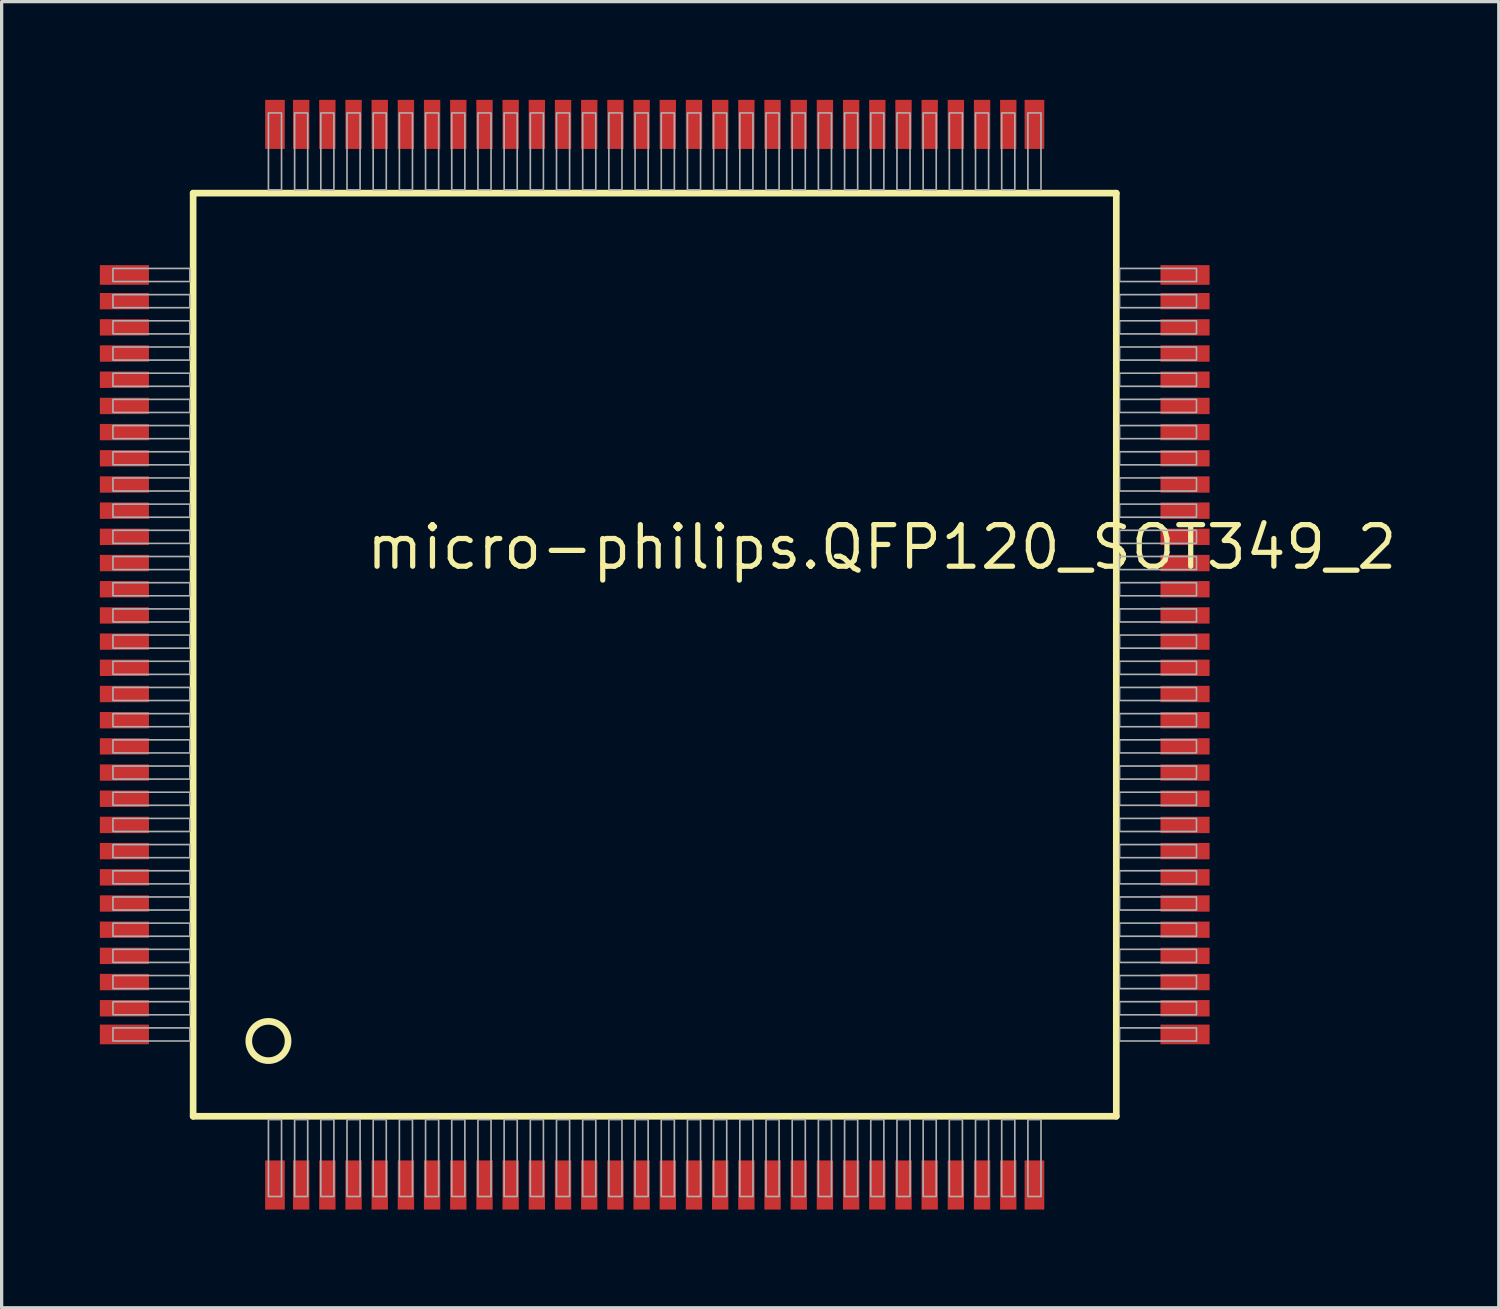
<source format=kicad_pcb>
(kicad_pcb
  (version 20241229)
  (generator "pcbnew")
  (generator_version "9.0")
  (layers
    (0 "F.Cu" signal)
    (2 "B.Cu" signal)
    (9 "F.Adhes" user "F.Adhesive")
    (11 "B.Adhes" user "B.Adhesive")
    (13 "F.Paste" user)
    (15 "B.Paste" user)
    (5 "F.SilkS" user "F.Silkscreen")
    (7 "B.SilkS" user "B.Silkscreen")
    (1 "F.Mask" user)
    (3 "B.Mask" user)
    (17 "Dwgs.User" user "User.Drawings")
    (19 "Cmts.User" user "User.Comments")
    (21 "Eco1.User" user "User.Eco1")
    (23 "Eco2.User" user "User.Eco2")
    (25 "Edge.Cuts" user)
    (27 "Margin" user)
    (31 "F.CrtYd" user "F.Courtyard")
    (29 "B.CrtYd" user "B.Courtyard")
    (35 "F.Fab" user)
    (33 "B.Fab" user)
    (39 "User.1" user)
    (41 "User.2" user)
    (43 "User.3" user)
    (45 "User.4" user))
  (footprint "micro-philips.QFP120_SOT349_2"
    (layer "F.Cu")
    (at 16.95 16.95)
    (property "Reference" "micro-philips.QFP120_SOT349_2" (at -8.89 -2.54 0) (layer "F.SilkS") (effects (font (size 1.27 1.27) (thickness 0.16)) (justify left bottom)))
    (attr smd)
    (fp_line (start -14.1 -14.1) (end 14.1 -14.1) (stroke (width 0.203) (type default)) (layer "F.SilkS"))
    (fp_line (start -14.1 14.1) (end -14.1 -14.1) (stroke (width 0.203) (type default)) (layer "F.SilkS"))
    (fp_line (start 14.1 -14.1) (end 14.1 14.1) (stroke (width 0.203) (type default)) (layer "F.SilkS"))
    (fp_line (start 14.1 14.1) (end -14.1 14.1) (stroke (width 0.203) (type default)) (layer "F.SilkS"))
    (fp_circle (center -11.8 11.8) (end -11.2 11.8) (stroke (width 0.203) (type default)) (fill no) (layer "F.SilkS"))
    (fp_rect (start -16.55 -11.4) (end -14.2 -11.8) (stroke (width 0.05) (type default)) (fill no) (layer "F.Fab"))
    (fp_rect (start -16.55 -10.6) (end -14.2 -11) (stroke (width 0.05) (type default)) (fill no) (layer "F.Fab"))
    (fp_rect (start -16.55 -9.8) (end -14.2 -10.2) (stroke (width 0.05) (type default)) (fill no) (layer "F.Fab"))
    (fp_rect (start -16.55 -9) (end -14.2 -9.4) (stroke (width 0.05) (type default)) (fill no) (layer "F.Fab"))
    (fp_rect (start -16.55 -8.2) (end -14.2 -8.6) (stroke (width 0.05) (type default)) (fill no) (layer "F.Fab"))
    (fp_rect (start -16.55 -7.4) (end -14.2 -7.8) (stroke (width 0.05) (type default)) (fill no) (layer "F.Fab"))
    (fp_rect (start -16.55 -6.6) (end -14.2 -7) (stroke (width 0.05) (type default)) (fill no) (layer "F.Fab"))
    (fp_rect (start -16.55 -5.8) (end -14.2 -6.2) (stroke (width 0.05) (type default)) (fill no) (layer "F.Fab"))
    (fp_rect (start -16.55 -5) (end -14.2 -5.4) (stroke (width 0.05) (type default)) (fill no) (layer "F.Fab"))
    (fp_rect (start -16.55 -4.2) (end -14.2 -4.6) (stroke (width 0.05) (type default)) (fill no) (layer "F.Fab"))
    (fp_rect (start -16.55 -3.4) (end -14.2 -3.8) (stroke (width 0.05) (type default)) (fill no) (layer "F.Fab"))
    (fp_rect (start -16.55 -2.6) (end -14.2 -3) (stroke (width 0.05) (type default)) (fill no) (layer "F.Fab"))
    (fp_rect (start -16.55 -1.8) (end -14.2 -2.2) (stroke (width 0.05) (type default)) (fill no) (layer "F.Fab"))
    (fp_rect (start -16.55 -1) (end -14.2 -1.4) (stroke (width 0.05) (type default)) (fill no) (layer "F.Fab"))
    (fp_rect (start -16.55 -0.2) (end -14.2 -0.6) (stroke (width 0.05) (type default)) (fill no) (layer "F.Fab"))
    (fp_rect (start -16.55 0.6) (end -14.2 0.2) (stroke (width 0.05) (type default)) (fill no) (layer "F.Fab"))
    (fp_rect (start -16.55 1.4) (end -14.2 1) (stroke (width 0.05) (type default)) (fill no) (layer "F.Fab"))
    (fp_rect (start -16.55 2.2) (end -14.2 1.8) (stroke (width 0.05) (type default)) (fill no) (layer "F.Fab"))
    (fp_rect (start -16.55 3) (end -14.2 2.6) (stroke (width 0.05) (type default)) (fill no) (layer "F.Fab"))
    (fp_rect (start -16.55 3.8) (end -14.2 3.4) (stroke (width 0.05) (type default)) (fill no) (layer "F.Fab"))
    (fp_rect (start -16.55 4.6) (end -14.2 4.2) (stroke (width 0.05) (type default)) (fill no) (layer "F.Fab"))
    (fp_rect (start -16.55 5.4) (end -14.2 5) (stroke (width 0.05) (type default)) (fill no) (layer "F.Fab"))
    (fp_rect (start -16.55 6.2) (end -14.2 5.8) (stroke (width 0.05) (type default)) (fill no) (layer "F.Fab"))
    (fp_rect (start -16.55 7) (end -14.2 6.6) (stroke (width 0.05) (type default)) (fill no) (layer "F.Fab"))
    (fp_rect (start -16.55 7.8) (end -14.2 7.4) (stroke (width 0.05) (type default)) (fill no) (layer "F.Fab"))
    (fp_rect (start -16.55 8.6) (end -14.2 8.2) (stroke (width 0.05) (type default)) (fill no) (layer "F.Fab"))
    (fp_rect (start -16.55 9.4) (end -14.2 9) (stroke (width 0.05) (type default)) (fill no) (layer "F.Fab"))
    (fp_rect (start -16.55 10.2) (end -14.2 9.8) (stroke (width 0.05) (type default)) (fill no) (layer "F.Fab"))
    (fp_rect (start -16.55 11) (end -14.2 10.6) (stroke (width 0.05) (type default)) (fill no) (layer "F.Fab"))
    (fp_rect (start -16.55 11.8) (end -14.2 11.4) (stroke (width 0.05) (type default)) (fill no) (layer "F.Fab"))
    (fp_rect (start -11.8 -14.2) (end -11.4 -16.55) (stroke (width 0.05) (type default)) (fill no) (layer "F.Fab"))
    (fp_rect (start -11.8 16.55) (end -11.4 14.2) (stroke (width 0.05) (type default)) (fill no) (layer "F.Fab"))
    (fp_rect (start -11 -14.2) (end -10.6 -16.55) (stroke (width 0.05) (type default)) (fill no) (layer "F.Fab"))
    (fp_rect (start -11 16.55) (end -10.6 14.2) (stroke (width 0.05) (type default)) (fill no) (layer "F.Fab"))
    (fp_rect (start -10.2 -14.2) (end -9.8 -16.55) (stroke (width 0.05) (type default)) (fill no) (layer "F.Fab"))
    (fp_rect (start -10.2 16.55) (end -9.8 14.2) (stroke (width 0.05) (type default)) (fill no) (layer "F.Fab"))
    (fp_rect (start -9.4 -14.2) (end -9 -16.55) (stroke (width 0.05) (type default)) (fill no) (layer "F.Fab"))
    (fp_rect (start -9.4 16.55) (end -9 14.2) (stroke (width 0.05) (type default)) (fill no) (layer "F.Fab"))
    (fp_rect (start -8.6 -14.2) (end -8.2 -16.55) (stroke (width 0.05) (type default)) (fill no) (layer "F.Fab"))
    (fp_rect (start -8.6 16.55) (end -8.2 14.2) (stroke (width 0.05) (type default)) (fill no) (layer "F.Fab"))
    (fp_rect (start -7.8 -14.2) (end -7.4 -16.55) (stroke (width 0.05) (type default)) (fill no) (layer "F.Fab"))
    (fp_rect (start -7.8 16.55) (end -7.4 14.2) (stroke (width 0.05) (type default)) (fill no) (layer "F.Fab"))
    (fp_rect (start -7 -14.2) (end -6.6 -16.55) (stroke (width 0.05) (type default)) (fill no) (layer "F.Fab"))
    (fp_rect (start -7 16.55) (end -6.6 14.2) (stroke (width 0.05) (type default)) (fill no) (layer "F.Fab"))
    (fp_rect (start -6.2 -14.2) (end -5.8 -16.55) (stroke (width 0.05) (type default)) (fill no) (layer "F.Fab"))
    (fp_rect (start -6.2 16.55) (end -5.8 14.2) (stroke (width 0.05) (type default)) (fill no) (layer "F.Fab"))
    (fp_rect (start -5.4 -14.2) (end -5 -16.55) (stroke (width 0.05) (type default)) (fill no) (layer "F.Fab"))
    (fp_rect (start -5.4 16.55) (end -5 14.2) (stroke (width 0.05) (type default)) (fill no) (layer "F.Fab"))
    (fp_rect (start -4.6 -14.2) (end -4.2 -16.55) (stroke (width 0.05) (type default)) (fill no) (layer "F.Fab"))
    (fp_rect (start -4.6 16.55) (end -4.2 14.2) (stroke (width 0.05) (type default)) (fill no) (layer "F.Fab"))
    (fp_rect (start -3.8 -14.2) (end -3.4 -16.55) (stroke (width 0.05) (type default)) (fill no) (layer "F.Fab"))
    (fp_rect (start -3.8 16.55) (end -3.4 14.2) (stroke (width 0.05) (type default)) (fill no) (layer "F.Fab"))
    (fp_rect (start -3 -14.2) (end -2.6 -16.55) (stroke (width 0.05) (type default)) (fill no) (layer "F.Fab"))
    (fp_rect (start -3 16.55) (end -2.6 14.2) (stroke (width 0.05) (type default)) (fill no) (layer "F.Fab"))
    (fp_rect (start -2.2 -14.2) (end -1.8 -16.55) (stroke (width 0.05) (type default)) (fill no) (layer "F.Fab"))
    (fp_rect (start -2.2 16.55) (end -1.8 14.2) (stroke (width 0.05) (type default)) (fill no) (layer "F.Fab"))
    (fp_rect (start -1.4 -14.2) (end -1 -16.55) (stroke (width 0.05) (type default)) (fill no) (layer "F.Fab"))
    (fp_rect (start -1.4 16.55) (end -1 14.2) (stroke (width 0.05) (type default)) (fill no) (layer "F.Fab"))
    (fp_rect (start -0.6 -14.2) (end -0.2 -16.55) (stroke (width 0.05) (type default)) (fill no) (layer "F.Fab"))
    (fp_rect (start -0.6 16.55) (end -0.2 14.2) (stroke (width 0.05) (type default)) (fill no) (layer "F.Fab"))
    (fp_rect (start 0.2 -14.2) (end 0.6 -16.55) (stroke (width 0.05) (type default)) (fill no) (layer "F.Fab"))
    (fp_rect (start 0.2 16.55) (end 0.6 14.2) (stroke (width 0.05) (type default)) (fill no) (layer "F.Fab"))
    (fp_rect (start 1 -14.2) (end 1.4 -16.55) (stroke (width 0.05) (type default)) (fill no) (layer "F.Fab"))
    (fp_rect (start 1 16.55) (end 1.4 14.2) (stroke (width 0.05) (type default)) (fill no) (layer "F.Fab"))
    (fp_rect (start 1.8 -14.2) (end 2.2 -16.55) (stroke (width 0.05) (type default)) (fill no) (layer "F.Fab"))
    (fp_rect (start 1.8 16.55) (end 2.2 14.2) (stroke (width 0.05) (type default)) (fill no) (layer "F.Fab"))
    (fp_rect (start 2.6 -14.2) (end 3 -16.55) (stroke (width 0.05) (type default)) (fill no) (layer "F.Fab"))
    (fp_rect (start 2.6 16.55) (end 3 14.2) (stroke (width 0.05) (type default)) (fill no) (layer "F.Fab"))
    (fp_rect (start 3.4 -14.2) (end 3.8 -16.55) (stroke (width 0.05) (type default)) (fill no) (layer "F.Fab"))
    (fp_rect (start 3.4 16.55) (end 3.8 14.2) (stroke (width 0.05) (type default)) (fill no) (layer "F.Fab"))
    (fp_rect (start 4.2 -14.2) (end 4.6 -16.55) (stroke (width 0.05) (type default)) (fill no) (layer "F.Fab"))
    (fp_rect (start 4.2 16.55) (end 4.6 14.2) (stroke (width 0.05) (type default)) (fill no) (layer "F.Fab"))
    (fp_rect (start 5 -14.2) (end 5.4 -16.55) (stroke (width 0.05) (type default)) (fill no) (layer "F.Fab"))
    (fp_rect (start 5 16.55) (end 5.4 14.2) (stroke (width 0.05) (type default)) (fill no) (layer "F.Fab"))
    (fp_rect (start 5.8 -14.2) (end 6.2 -16.55) (stroke (width 0.05) (type default)) (fill no) (layer "F.Fab"))
    (fp_rect (start 5.8 16.55) (end 6.2 14.2) (stroke (width 0.05) (type default)) (fill no) (layer "F.Fab"))
    (fp_rect (start 6.6 -14.2) (end 7 -16.55) (stroke (width 0.05) (type default)) (fill no) (layer "F.Fab"))
    (fp_rect (start 6.6 16.55) (end 7 14.2) (stroke (width 0.05) (type default)) (fill no) (layer "F.Fab"))
    (fp_rect (start 7.4 -14.2) (end 7.8 -16.55) (stroke (width 0.05) (type default)) (fill no) (layer "F.Fab"))
    (fp_rect (start 7.4 16.55) (end 7.8 14.2) (stroke (width 0.05) (type default)) (fill no) (layer "F.Fab"))
    (fp_rect (start 8.2 -14.2) (end 8.6 -16.55) (stroke (width 0.05) (type default)) (fill no) (layer "F.Fab"))
    (fp_rect (start 8.2 16.55) (end 8.6 14.2) (stroke (width 0.05) (type default)) (fill no) (layer "F.Fab"))
    (fp_rect (start 9 -14.2) (end 9.4 -16.55) (stroke (width 0.05) (type default)) (fill no) (layer "F.Fab"))
    (fp_rect (start 9 16.55) (end 9.4 14.2) (stroke (width 0.05) (type default)) (fill no) (layer "F.Fab"))
    (fp_rect (start 9.8 -14.2) (end 10.2 -16.55) (stroke (width 0.05) (type default)) (fill no) (layer "F.Fab"))
    (fp_rect (start 9.8 16.55) (end 10.2 14.2) (stroke (width 0.05) (type default)) (fill no) (layer "F.Fab"))
    (fp_rect (start 10.6 -14.2) (end 11 -16.55) (stroke (width 0.05) (type default)) (fill no) (layer "F.Fab"))
    (fp_rect (start 10.6 16.55) (end 11 14.2) (stroke (width 0.05) (type default)) (fill no) (layer "F.Fab"))
    (fp_rect (start 11.4 -14.2) (end 11.8 -16.55) (stroke (width 0.05) (type default)) (fill no) (layer "F.Fab"))
    (fp_rect (start 11.4 16.55) (end 11.8 14.2) (stroke (width 0.05) (type default)) (fill no) (layer "F.Fab"))
    (fp_rect (start 14.2 -11.4) (end 16.55 -11.8) (stroke (width 0.05) (type default)) (fill no) (layer "F.Fab"))
    (fp_rect (start 14.2 -10.6) (end 16.55 -11) (stroke (width 0.05) (type default)) (fill no) (layer "F.Fab"))
    (fp_rect (start 14.2 -9.8) (end 16.55 -10.2) (stroke (width 0.05) (type default)) (fill no) (layer "F.Fab"))
    (fp_rect (start 14.2 -9) (end 16.55 -9.4) (stroke (width 0.05) (type default)) (fill no) (layer "F.Fab"))
    (fp_rect (start 14.2 -8.2) (end 16.55 -8.6) (stroke (width 0.05) (type default)) (fill no) (layer "F.Fab"))
    (fp_rect (start 14.2 -7.4) (end 16.55 -7.8) (stroke (width 0.05) (type default)) (fill no) (layer "F.Fab"))
    (fp_rect (start 14.2 -6.6) (end 16.55 -7) (stroke (width 0.05) (type default)) (fill no) (layer "F.Fab"))
    (fp_rect (start 14.2 -5.8) (end 16.55 -6.2) (stroke (width 0.05) (type default)) (fill no) (layer "F.Fab"))
    (fp_rect (start 14.2 -5) (end 16.55 -5.4) (stroke (width 0.05) (type default)) (fill no) (layer "F.Fab"))
    (fp_rect (start 14.2 -4.2) (end 16.55 -4.6) (stroke (width 0.05) (type default)) (fill no) (layer "F.Fab"))
    (fp_rect (start 14.2 -3.4) (end 16.55 -3.8) (stroke (width 0.05) (type default)) (fill no) (layer "F.Fab"))
    (fp_rect (start 14.2 -2.6) (end 16.55 -3) (stroke (width 0.05) (type default)) (fill no) (layer "F.Fab"))
    (fp_rect (start 14.2 -1.8) (end 16.55 -2.2) (stroke (width 0.05) (type default)) (fill no) (layer "F.Fab"))
    (fp_rect (start 14.2 -1) (end 16.55 -1.4) (stroke (width 0.05) (type default)) (fill no) (layer "F.Fab"))
    (fp_rect (start 14.2 -0.2) (end 16.55 -0.6) (stroke (width 0.05) (type default)) (fill no) (layer "F.Fab"))
    (fp_rect (start 14.2 0.6) (end 16.55 0.2) (stroke (width 0.05) (type default)) (fill no) (layer "F.Fab"))
    (fp_rect (start 14.2 1.4) (end 16.55 1) (stroke (width 0.05) (type default)) (fill no) (layer "F.Fab"))
    (fp_rect (start 14.2 2.2) (end 16.55 1.8) (stroke (width 0.05) (type default)) (fill no) (layer "F.Fab"))
    (fp_rect (start 14.2 3) (end 16.55 2.6) (stroke (width 0.05) (type default)) (fill no) (layer "F.Fab"))
    (fp_rect (start 14.2 3.8) (end 16.55 3.4) (stroke (width 0.05) (type default)) (fill no) (layer "F.Fab"))
    (fp_rect (start 14.2 4.6) (end 16.55 4.2) (stroke (width 0.05) (type default)) (fill no) (layer "F.Fab"))
    (fp_rect (start 14.2 5.4) (end 16.55 5) (stroke (width 0.05) (type default)) (fill no) (layer "F.Fab"))
    (fp_rect (start 14.2 6.2) (end 16.55 5.8) (stroke (width 0.05) (type default)) (fill no) (layer "F.Fab"))
    (fp_rect (start 14.2 7) (end 16.55 6.6) (stroke (width 0.05) (type default)) (fill no) (layer "F.Fab"))
    (fp_rect (start 14.2 7.8) (end 16.55 7.4) (stroke (width 0.05) (type default)) (fill no) (layer "F.Fab"))
    (fp_rect (start 14.2 8.6) (end 16.55 8.2) (stroke (width 0.05) (type default)) (fill no) (layer "F.Fab"))
    (fp_rect (start 14.2 9.4) (end 16.55 9) (stroke (width 0.05) (type default)) (fill no) (layer "F.Fab"))
    (fp_rect (start 14.2 10.2) (end 16.55 9.8) (stroke (width 0.05) (type default)) (fill no) (layer "F.Fab"))
    (fp_rect (start 14.2 11) (end 16.55 10.6) (stroke (width 0.05) (type default)) (fill no) (layer "F.Fab"))
    (fp_rect (start 14.2 11.8) (end 16.55 11.4) (stroke (width 0.05) (type default)) (fill no) (layer "F.Fab"))
    (pad "1" smd roundrect (at -11.6 16.2) (size 0.6 1.5) (layers "F.Cu" "F.Mask" "F.Paste") (roundrect_rratio 0.01))
    (pad "2" smd roundrect (at -10.8 16.2) (size 0.5 1.5) (layers "F.Cu" "F.Mask" "F.Paste") (roundrect_rratio 0.01))
    (pad "3" smd roundrect (at -10 16.2) (size 0.5 1.5) (layers "F.Cu" "F.Mask" "F.Paste") (roundrect_rratio 0.01))
    (pad "4" smd roundrect (at -9.2 16.2) (size 0.5 1.5) (layers "F.Cu" "F.Mask" "F.Paste") (roundrect_rratio 0.01))
    (pad "5" smd roundrect (at -8.4 16.2) (size 0.5 1.5) (layers "F.Cu" "F.Mask" "F.Paste") (roundrect_rratio 0.01))
    (pad "6" smd roundrect (at -7.6 16.2) (size 0.5 1.5) (layers "F.Cu" "F.Mask" "F.Paste") (roundrect_rratio 0.01))
    (pad "7" smd roundrect (at -6.8 16.2) (size 0.5 1.5) (layers "F.Cu" "F.Mask" "F.Paste") (roundrect_rratio 0.01))
    (pad "8" smd roundrect (at -6 16.2) (size 0.5 1.5) (layers "F.Cu" "F.Mask" "F.Paste") (roundrect_rratio 0.01))
    (pad "9" smd roundrect (at -5.2 16.2) (size 0.5 1.5) (layers "F.Cu" "F.Mask" "F.Paste") (roundrect_rratio 0.01))
    (pad "10" smd roundrect (at -4.4 16.2) (size 0.5 1.5) (layers "F.Cu" "F.Mask" "F.Paste") (roundrect_rratio 0.01))
    (pad "11" smd roundrect (at -3.6 16.2) (size 0.5 1.5) (layers "F.Cu" "F.Mask" "F.Paste") (roundrect_rratio 0.01))
    (pad "12" smd roundrect (at -2.8 16.2) (size 0.5 1.5) (layers "F.Cu" "F.Mask" "F.Paste") (roundrect_rratio 0.01))
    (pad "13" smd roundrect (at -2 16.2) (size 0.5 1.5) (layers "F.Cu" "F.Mask" "F.Paste") (roundrect_rratio 0.01))
    (pad "14" smd roundrect (at -1.2 16.2) (size 0.5 1.5) (layers "F.Cu" "F.Mask" "F.Paste") (roundrect_rratio 0.01))
    (pad "15" smd roundrect (at -0.4 16.2) (size 0.5 1.5) (layers "F.Cu" "F.Mask" "F.Paste") (roundrect_rratio 0.01))
    (pad "16" smd roundrect (at 0.4 16.2) (size 0.5 1.5) (layers "F.Cu" "F.Mask" "F.Paste") (roundrect_rratio 0.01))
    (pad "17" smd roundrect (at 1.2 16.2) (size 0.5 1.5) (layers "F.Cu" "F.Mask" "F.Paste") (roundrect_rratio 0.01))
    (pad "18" smd roundrect (at 2 16.2) (size 0.5 1.5) (layers "F.Cu" "F.Mask" "F.Paste") (roundrect_rratio 0.01))
    (pad "19" smd roundrect (at 2.8 16.2) (size 0.5 1.5) (layers "F.Cu" "F.Mask" "F.Paste") (roundrect_rratio 0.01))
    (pad "20" smd roundrect (at 3.6 16.2) (size 0.5 1.5) (layers "F.Cu" "F.Mask" "F.Paste") (roundrect_rratio 0.01))
    (pad "21" smd roundrect (at 4.4 16.2) (size 0.5 1.5) (layers "F.Cu" "F.Mask" "F.Paste") (roundrect_rratio 0.01))
    (pad "22" smd roundrect (at 5.2 16.2) (size 0.5 1.5) (layers "F.Cu" "F.Mask" "F.Paste") (roundrect_rratio 0.01))
    (pad "23" smd roundrect (at 6 16.2) (size 0.5 1.5) (layers "F.Cu" "F.Mask" "F.Paste") (roundrect_rratio 0.01))
    (pad "24" smd roundrect (at 6.8 16.2) (size 0.5 1.5) (layers "F.Cu" "F.Mask" "F.Paste") (roundrect_rratio 0.01))
    (pad "25" smd roundrect (at 7.6 16.2) (size 0.5 1.5) (layers "F.Cu" "F.Mask" "F.Paste") (roundrect_rratio 0.01))
    (pad "26" smd roundrect (at 8.4 16.2) (size 0.5 1.5) (layers "F.Cu" "F.Mask" "F.Paste") (roundrect_rratio 0.01))
    (pad "27" smd roundrect (at 9.2 16.2) (size 0.5 1.5) (layers "F.Cu" "F.Mask" "F.Paste") (roundrect_rratio 0.01))
    (pad "28" smd roundrect (at 10 16.2) (size 0.5 1.5) (layers "F.Cu" "F.Mask" "F.Paste") (roundrect_rratio 0.01))
    (pad "29" smd roundrect (at 10.8 16.2) (size 0.5 1.5) (layers "F.Cu" "F.Mask" "F.Paste") (roundrect_rratio 0.01))
    (pad "30" smd roundrect (at 11.6 16.2) (size 0.6 1.5) (layers "F.Cu" "F.Mask" "F.Paste") (roundrect_rratio 0.01))
    (pad "31" smd roundrect (at 16.2 11.6) (size 1.5 0.6) (layers "F.Cu" "F.Mask" "F.Paste") (roundrect_rratio 0.01))
    (pad "32" smd roundrect (at 16.2 10.8) (size 1.5 0.5) (layers "F.Cu" "F.Mask" "F.Paste") (roundrect_rratio 0.01))
    (pad "33" smd roundrect (at 16.2 10) (size 1.5 0.5) (layers "F.Cu" "F.Mask" "F.Paste") (roundrect_rratio 0.01))
    (pad "34" smd roundrect (at 16.2 9.2) (size 1.5 0.5) (layers "F.Cu" "F.Mask" "F.Paste") (roundrect_rratio 0.01))
    (pad "35" smd roundrect (at 16.2 8.4) (size 1.5 0.5) (layers "F.Cu" "F.Mask" "F.Paste") (roundrect_rratio 0.01))
    (pad "36" smd roundrect (at 16.2 7.6) (size 1.5 0.5) (layers "F.Cu" "F.Mask" "F.Paste") (roundrect_rratio 0.01))
    (pad "37" smd roundrect (at 16.2 6.8) (size 1.5 0.5) (layers "F.Cu" "F.Mask" "F.Paste") (roundrect_rratio 0.01))
    (pad "38" smd roundrect (at 16.2 6) (size 1.5 0.5) (layers "F.Cu" "F.Mask" "F.Paste") (roundrect_rratio 0.01))
    (pad "39" smd roundrect (at 16.2 5.2) (size 1.5 0.5) (layers "F.Cu" "F.Mask" "F.Paste") (roundrect_rratio 0.01))
    (pad "40" smd roundrect (at 16.2 4.4) (size 1.5 0.5) (layers "F.Cu" "F.Mask" "F.Paste") (roundrect_rratio 0.01))
    (pad "41" smd roundrect (at 16.2 3.6) (size 1.5 0.5) (layers "F.Cu" "F.Mask" "F.Paste") (roundrect_rratio 0.01))
    (pad "42" smd roundrect (at 16.2 2.8) (size 1.5 0.5) (layers "F.Cu" "F.Mask" "F.Paste") (roundrect_rratio 0.01))
    (pad "43" smd roundrect (at 16.2 2) (size 1.5 0.5) (layers "F.Cu" "F.Mask" "F.Paste") (roundrect_rratio 0.01))
    (pad "44" smd roundrect (at 16.2 1.2) (size 1.5 0.5) (layers "F.Cu" "F.Mask" "F.Paste") (roundrect_rratio 0.01))
    (pad "45" smd roundrect (at 16.2 0.4) (size 1.5 0.5) (layers "F.Cu" "F.Mask" "F.Paste") (roundrect_rratio 0.01))
    (pad "46" smd roundrect (at 16.2 -0.4) (size 1.5 0.5) (layers "F.Cu" "F.Mask" "F.Paste") (roundrect_rratio 0.01))
    (pad "47" smd roundrect (at 16.2 -1.2) (size 1.5 0.5) (layers "F.Cu" "F.Mask" "F.Paste") (roundrect_rratio 0.01))
    (pad "48" smd roundrect (at 16.2 -2) (size 1.5 0.5) (layers "F.Cu" "F.Mask" "F.Paste") (roundrect_rratio 0.01))
    (pad "49" smd roundrect (at 16.2 -2.8) (size 1.5 0.5) (layers "F.Cu" "F.Mask" "F.Paste") (roundrect_rratio 0.01))
    (pad "50" smd roundrect (at 16.2 -3.6) (size 1.5 0.5) (layers "F.Cu" "F.Mask" "F.Paste") (roundrect_rratio 0.01))
    (pad "51" smd roundrect (at 16.2 -4.4) (size 1.5 0.5) (layers "F.Cu" "F.Mask" "F.Paste") (roundrect_rratio 0.01))
    (pad "52" smd roundrect (at 16.2 -5.2) (size 1.5 0.5) (layers "F.Cu" "F.Mask" "F.Paste") (roundrect_rratio 0.01))
    (pad "53" smd roundrect (at 16.2 -6) (size 1.5 0.5) (layers "F.Cu" "F.Mask" "F.Paste") (roundrect_rratio 0.01))
    (pad "54" smd roundrect (at 16.2 -6.8) (size 1.5 0.5) (layers "F.Cu" "F.Mask" "F.Paste") (roundrect_rratio 0.01))
    (pad "55" smd roundrect (at 16.2 -7.6) (size 1.5 0.5) (layers "F.Cu" "F.Mask" "F.Paste") (roundrect_rratio 0.01))
    (pad "56" smd roundrect (at 16.2 -8.4) (size 1.5 0.5) (layers "F.Cu" "F.Mask" "F.Paste") (roundrect_rratio 0.01))
    (pad "57" smd roundrect (at 16.2 -9.2) (size 1.5 0.5) (layers "F.Cu" "F.Mask" "F.Paste") (roundrect_rratio 0.01))
    (pad "58" smd roundrect (at 16.2 -10) (size 1.5 0.5) (layers "F.Cu" "F.Mask" "F.Paste") (roundrect_rratio 0.01))
    (pad "59" smd roundrect (at 16.2 -10.8) (size 1.5 0.5) (layers "F.Cu" "F.Mask" "F.Paste") (roundrect_rratio 0.01))
    (pad "60" smd roundrect (at 16.2 -11.6) (size 1.5 0.6) (layers "F.Cu" "F.Mask" "F.Paste") (roundrect_rratio 0.01))
    (pad "61" smd roundrect (at 11.6 -16.2) (size 0.6 1.5) (layers "F.Cu" "F.Mask" "F.Paste") (roundrect_rratio 0.01))
    (pad "62" smd roundrect (at 10.8 -16.2) (size 0.5 1.5) (layers "F.Cu" "F.Mask" "F.Paste") (roundrect_rratio 0.01))
    (pad "63" smd roundrect (at 10 -16.2) (size 0.5 1.5) (layers "F.Cu" "F.Mask" "F.Paste") (roundrect_rratio 0.01))
    (pad "64" smd roundrect (at 9.2 -16.2) (size 0.5 1.5) (layers "F.Cu" "F.Mask" "F.Paste") (roundrect_rratio 0.01))
    (pad "65" smd roundrect (at 8.4 -16.2) (size 0.5 1.5) (layers "F.Cu" "F.Mask" "F.Paste") (roundrect_rratio 0.01))
    (pad "66" smd roundrect (at 7.6 -16.2) (size 0.5 1.5) (layers "F.Cu" "F.Mask" "F.Paste") (roundrect_rratio 0.01))
    (pad "67" smd roundrect (at 6.8 -16.2) (size 0.5 1.5) (layers "F.Cu" "F.Mask" "F.Paste") (roundrect_rratio 0.01))
    (pad "68" smd roundrect (at 6 -16.2) (size 0.5 1.5) (layers "F.Cu" "F.Mask" "F.Paste") (roundrect_rratio 0.01))
    (pad "69" smd roundrect (at 5.2 -16.2) (size 0.5 1.5) (layers "F.Cu" "F.Mask" "F.Paste") (roundrect_rratio 0.01))
    (pad "70" smd roundrect (at 4.4 -16.2) (size 0.5 1.5) (layers "F.Cu" "F.Mask" "F.Paste") (roundrect_rratio 0.01))
    (pad "71" smd roundrect (at 3.6 -16.2) (size 0.5 1.5) (layers "F.Cu" "F.Mask" "F.Paste") (roundrect_rratio 0.01))
    (pad "72" smd roundrect (at 2.8 -16.2) (size 0.5 1.5) (layers "F.Cu" "F.Mask" "F.Paste") (roundrect_rratio 0.01))
    (pad "73" smd roundrect (at 2 -16.2) (size 0.5 1.5) (layers "F.Cu" "F.Mask" "F.Paste") (roundrect_rratio 0.01))
    (pad "74" smd roundrect (at 1.2 -16.2) (size 0.5 1.5) (layers "F.Cu" "F.Mask" "F.Paste") (roundrect_rratio 0.01))
    (pad "75" smd roundrect (at 0.4 -16.2) (size 0.5 1.5) (layers "F.Cu" "F.Mask" "F.Paste") (roundrect_rratio 0.01))
    (pad "76" smd roundrect (at -0.4 -16.2) (size 0.5 1.5) (layers "F.Cu" "F.Mask" "F.Paste") (roundrect_rratio 0.01))
    (pad "77" smd roundrect (at -1.2 -16.2) (size 0.5 1.5) (layers "F.Cu" "F.Mask" "F.Paste") (roundrect_rratio 0.01))
    (pad "78" smd roundrect (at -2 -16.2) (size 0.5 1.5) (layers "F.Cu" "F.Mask" "F.Paste") (roundrect_rratio 0.01))
    (pad "79" smd roundrect (at -2.8 -16.2) (size 0.5 1.5) (layers "F.Cu" "F.Mask" "F.Paste") (roundrect_rratio 0.01))
    (pad "80" smd roundrect (at -3.6 -16.2) (size 0.5 1.5) (layers "F.Cu" "F.Mask" "F.Paste") (roundrect_rratio 0.01))
    (pad "81" smd roundrect (at -4.4 -16.2) (size 0.5 1.5) (layers "F.Cu" "F.Mask" "F.Paste") (roundrect_rratio 0.01))
    (pad "82" smd roundrect (at -5.2 -16.2) (size 0.5 1.5) (layers "F.Cu" "F.Mask" "F.Paste") (roundrect_rratio 0.01))
    (pad "83" smd roundrect (at -6 -16.2) (size 0.5 1.5) (layers "F.Cu" "F.Mask" "F.Paste") (roundrect_rratio 0.01))
    (pad "84" smd roundrect (at -6.8 -16.2) (size 0.5 1.5) (layers "F.Cu" "F.Mask" "F.Paste") (roundrect_rratio 0.01))
    (pad "85" smd roundrect (at -7.6 -16.2) (size 0.5 1.5) (layers "F.Cu" "F.Mask" "F.Paste") (roundrect_rratio 0.01))
    (pad "86" smd roundrect (at -8.4 -16.2) (size 0.5 1.5) (layers "F.Cu" "F.Mask" "F.Paste") (roundrect_rratio 0.01))
    (pad "87" smd roundrect (at -9.2 -16.2) (size 0.5 1.5) (layers "F.Cu" "F.Mask" "F.Paste") (roundrect_rratio 0.01))
    (pad "88" smd roundrect (at -10 -16.2) (size 0.5 1.5) (layers "F.Cu" "F.Mask" "F.Paste") (roundrect_rratio 0.01))
    (pad "89" smd roundrect (at -10.8 -16.2) (size 0.5 1.5) (layers "F.Cu" "F.Mask" "F.Paste") (roundrect_rratio 0.01))
    (pad "90" smd roundrect (at -11.6 -16.2) (size 0.6 1.5) (layers "F.Cu" "F.Mask" "F.Paste") (roundrect_rratio 0.01))
    (pad "91" smd roundrect (at -16.2 -11.6) (size 1.5 0.6) (layers "F.Cu" "F.Mask" "F.Paste") (roundrect_rratio 0.01))
    (pad "92" smd roundrect (at -16.2 -10.8) (size 1.5 0.5) (layers "F.Cu" "F.Mask" "F.Paste") (roundrect_rratio 0.01))
    (pad "93" smd roundrect (at -16.2 -10) (size 1.5 0.5) (layers "F.Cu" "F.Mask" "F.Paste") (roundrect_rratio 0.01))
    (pad "94" smd roundrect (at -16.2 -9.2) (size 1.5 0.5) (layers "F.Cu" "F.Mask" "F.Paste") (roundrect_rratio 0.01))
    (pad "95" smd roundrect (at -16.2 -8.4) (size 1.5 0.5) (layers "F.Cu" "F.Mask" "F.Paste") (roundrect_rratio 0.01))
    (pad "96" smd roundrect (at -16.2 -7.6) (size 1.5 0.5) (layers "F.Cu" "F.Mask" "F.Paste") (roundrect_rratio 0.01))
    (pad "97" smd roundrect (at -16.2 -6.8) (size 1.5 0.5) (layers "F.Cu" "F.Mask" "F.Paste") (roundrect_rratio 0.01))
    (pad "98" smd roundrect (at -16.2 -6) (size 1.5 0.5) (layers "F.Cu" "F.Mask" "F.Paste") (roundrect_rratio 0.01))
    (pad "99" smd roundrect (at -16.2 -5.2) (size 1.5 0.5) (layers "F.Cu" "F.Mask" "F.Paste") (roundrect_rratio 0.01))
    (pad "100" smd roundrect (at -16.2 -4.4) (size 1.5 0.5) (layers "F.Cu" "F.Mask" "F.Paste") (roundrect_rratio 0.01))
    (pad "101" smd roundrect (at -16.2 -3.6) (size 1.5 0.5) (layers "F.Cu" "F.Mask" "F.Paste") (roundrect_rratio 0.01))
    (pad "102" smd roundrect (at -16.2 -2.8) (size 1.5 0.5) (layers "F.Cu" "F.Mask" "F.Paste") (roundrect_rratio 0.01))
    (pad "103" smd roundrect (at -16.2 -2) (size 1.5 0.5) (layers "F.Cu" "F.Mask" "F.Paste") (roundrect_rratio 0.01))
    (pad "104" smd roundrect (at -16.2 -1.2) (size 1.5 0.5) (layers "F.Cu" "F.Mask" "F.Paste") (roundrect_rratio 0.01))
    (pad "105" smd roundrect (at -16.2 -0.4) (size 1.5 0.5) (layers "F.Cu" "F.Mask" "F.Paste") (roundrect_rratio 0.01))
    (pad "106" smd roundrect (at -16.2 0.4) (size 1.5 0.5) (layers "F.Cu" "F.Mask" "F.Paste") (roundrect_rratio 0.01))
    (pad "107" smd roundrect (at -16.2 1.2) (size 1.5 0.5) (layers "F.Cu" "F.Mask" "F.Paste") (roundrect_rratio 0.01))
    (pad "108" smd roundrect (at -16.2 2) (size 1.5 0.5) (layers "F.Cu" "F.Mask" "F.Paste") (roundrect_rratio 0.01))
    (pad "109" smd roundrect (at -16.2 2.8) (size 1.5 0.5) (layers "F.Cu" "F.Mask" "F.Paste") (roundrect_rratio 0.01))
    (pad "110" smd roundrect (at -16.2 3.6) (size 1.5 0.5) (layers "F.Cu" "F.Mask" "F.Paste") (roundrect_rratio 0.01))
    (pad "111" smd roundrect (at -16.2 4.4) (size 1.5 0.5) (layers "F.Cu" "F.Mask" "F.Paste") (roundrect_rratio 0.01))
    (pad "112" smd roundrect (at -16.2 5.2) (size 1.5 0.5) (layers "F.Cu" "F.Mask" "F.Paste") (roundrect_rratio 0.01))
    (pad "113" smd roundrect (at -16.2 6) (size 1.5 0.5) (layers "F.Cu" "F.Mask" "F.Paste") (roundrect_rratio 0.01))
    (pad "114" smd roundrect (at -16.2 6.8) (size 1.5 0.5) (layers "F.Cu" "F.Mask" "F.Paste") (roundrect_rratio 0.01))
    (pad "115" smd roundrect (at -16.2 7.6) (size 1.5 0.5) (layers "F.Cu" "F.Mask" "F.Paste") (roundrect_rratio 0.01))
    (pad "116" smd roundrect (at -16.2 8.4) (size 1.5 0.5) (layers "F.Cu" "F.Mask" "F.Paste") (roundrect_rratio 0.01))
    (pad "117" smd roundrect (at -16.2 9.2) (size 1.5 0.5) (layers "F.Cu" "F.Mask" "F.Paste") (roundrect_rratio 0.01))
    (pad "118" smd roundrect (at -16.2 10) (size 1.5 0.5) (layers "F.Cu" "F.Mask" "F.Paste") (roundrect_rratio 0.01))
    (pad "119" smd roundrect (at -16.2 10.8) (size 1.5 0.5) (layers "F.Cu" "F.Mask" "F.Paste") (roundrect_rratio 0.01))
    (pad "120" smd roundrect (at -16.2 11.6) (size 1.5 0.6) (layers "F.Cu" "F.Mask" "F.Paste") (roundrect_rratio 0.01)))
  (gr_rect
    (start -3 -3)
    (end 42.734 36.9)
    (stroke (width 0.1) (type default))
    (fill no)
    (layer "Edge.Cuts")))
</source>
